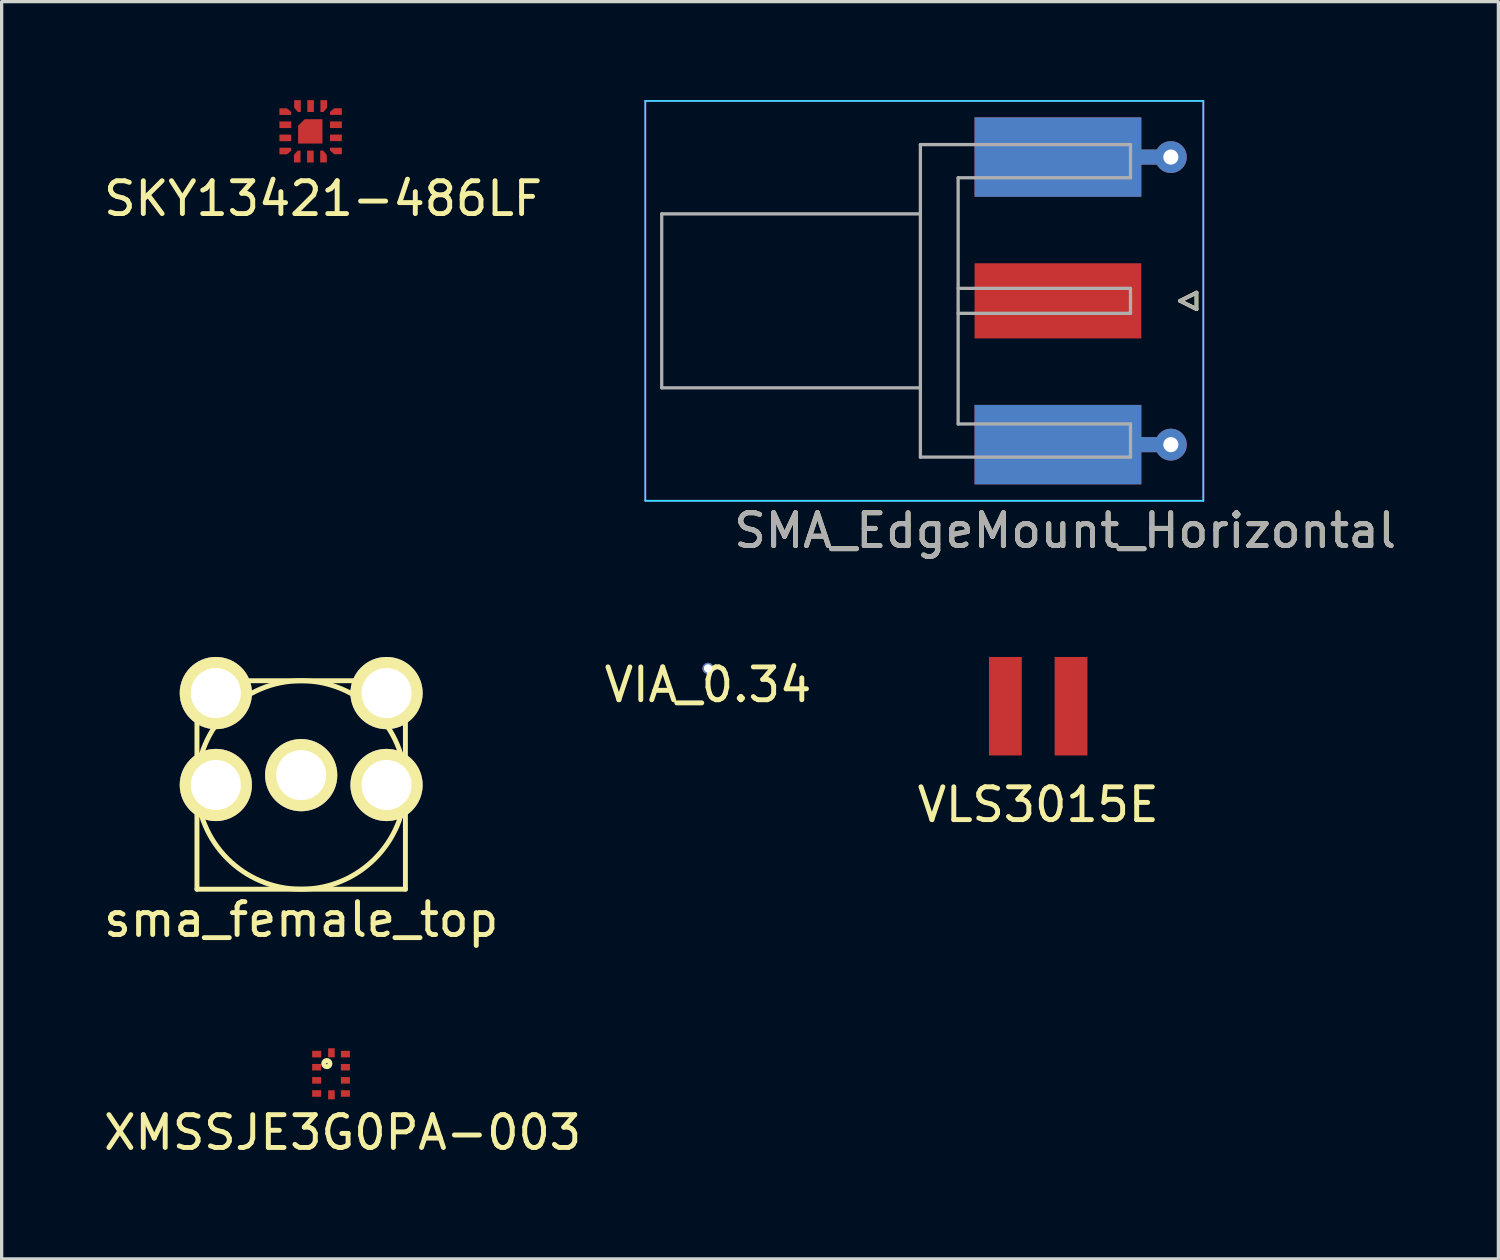
<source format=kicad_pcb>
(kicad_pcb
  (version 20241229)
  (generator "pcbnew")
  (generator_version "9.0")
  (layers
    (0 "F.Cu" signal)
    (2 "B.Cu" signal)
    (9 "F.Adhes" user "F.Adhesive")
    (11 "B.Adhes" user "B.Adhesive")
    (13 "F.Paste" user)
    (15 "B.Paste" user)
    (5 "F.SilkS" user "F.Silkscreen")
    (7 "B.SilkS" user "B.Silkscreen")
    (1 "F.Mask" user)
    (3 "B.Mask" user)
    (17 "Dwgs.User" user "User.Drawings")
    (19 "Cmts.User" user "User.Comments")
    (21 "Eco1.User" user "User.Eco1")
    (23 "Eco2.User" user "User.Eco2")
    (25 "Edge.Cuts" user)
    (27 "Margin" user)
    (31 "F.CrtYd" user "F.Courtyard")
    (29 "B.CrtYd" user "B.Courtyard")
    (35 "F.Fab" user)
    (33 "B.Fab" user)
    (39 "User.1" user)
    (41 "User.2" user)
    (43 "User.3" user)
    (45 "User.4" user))
  (footprint "SMA_EdgeMount_Horizontal"
    (layer "F.Cu")
    (at 30.898 6.115)
    (property "Reference" "SMA_EdgeMount_Horizontal" (at -1.5 7 0) (layer "F.SilkS") (effects (font (size 1 1) (thickness 0.15))))
    (attr smd)
    (fp_line (start 2 0) (end 2.5 -0.25) (stroke (width 0.12) (type solid)) (layer "F.SilkS"))
    (fp_line (start 2.5 -0.25) (end 2.5 0.25) (stroke (width 0.12) (type solid)) (layer "F.SilkS"))
    (fp_line (start 2.5 0.25) (end 2 0) (stroke (width 0.12) (type solid)) (layer "F.SilkS"))
    (fp_line (start -14.29 -6.09) (end -14.29 6.09) (stroke (width 0.05) (type solid)) (layer "B.CrtYd"))
    (fp_line (start -14.29 -6.09) (end 2.71 -6.09) (stroke (width 0.05) (type solid)) (layer "B.CrtYd"))
    (fp_line (start -14.29 6.09) (end 2.71 6.09) (stroke (width 0.05) (type solid)) (layer "B.CrtYd"))
    (fp_line (start 2.71 -6.09) (end 2.71 6.09) (stroke (width 0.05) (type solid)) (layer "B.CrtYd"))
    (fp_line (start -14.29 -6.09) (end -14.29 6.09) (stroke (width 0.05) (type solid)) (layer "F.CrtYd"))
    (fp_line (start -14.29 6.09) (end 2.71 6.09) (stroke (width 0.05) (type solid)) (layer "F.CrtYd"))
    (fp_line (start 2.71 -6.09) (end -14.29 -6.09) (stroke (width 0.05) (type solid)) (layer "F.CrtYd"))
    (fp_line (start 2.71 -6.09) (end 2.71 6.09) (stroke (width 0.05) (type solid)) (layer "F.CrtYd"))
    (fp_line (start -13.79 -2.65) (end -13.79 2.65) (stroke (width 0.1) (type solid)) (layer "F.Fab"))
    (fp_line (start -13.79 -2.65) (end -5.91 -2.65) (stroke (width 0.1) (type solid)) (layer "F.Fab"))
    (fp_line (start -13.79 2.65) (end -5.91 2.65) (stroke (width 0.1) (type solid)) (layer "F.Fab"))
    (fp_line (start -5.91 -4.76) (end -5.91 4.76) (stroke (width 0.1) (type solid)) (layer "F.Fab"))
    (fp_line (start -5.91 4.76) (end 0.49 4.76) (stroke (width 0.1) (type solid)) (layer "F.Fab"))
    (fp_line (start -4.76 -3.75) (end -4.76 3.75) (stroke (width 0.1) (type solid)) (layer "F.Fab"))
    (fp_line (start -4.76 -3.75) (end 0.49 -3.75) (stroke (width 0.1) (type solid)) (layer "F.Fab"))
    (fp_line (start -4.76 -0.38) (end 0.49 -0.38) (stroke (width 0.1) (type solid)) (layer "F.Fab"))
    (fp_line (start -4.76 0.38) (end 0.49 0.38) (stroke (width 0.1) (type solid)) (layer "F.Fab"))
    (fp_line (start -4.76 3.75) (end 0.49 3.75) (stroke (width 0.1) (type solid)) (layer "F.Fab"))
    (fp_line (start 0.49 -4.76) (end -5.91 -4.76) (stroke (width 0.1) (type solid)) (layer "F.Fab"))
    (fp_line (start 0.49 -4.76) (end 0.49 -3.75) (stroke (width 0.1) (type solid)) (layer "F.Fab"))
    (fp_line (start 0.49 -0.38) (end 0.49 0.38) (stroke (width 0.1) (type solid)) (layer "F.Fab"))
    (fp_line (start 0.49 3.75) (end 0.49 4.76) (stroke (width 0.1) (type solid)) (layer "F.Fab"))
    (fp_line (start 2 0) (end 2.5 0.25) (stroke (width 0.1) (type solid)) (layer "F.Fab"))
    (fp_line (start 2.5 -0.25) (end 2 0) (stroke (width 0.1) (type solid)) (layer "F.Fab"))
    (fp_line (start 2.5 0.25) (end 2.5 -0.25) (stroke (width 0.1) (type solid)) (layer "F.Fab"))
    (fp_text user "${REFERENCE}" (at -1.5 7 0) (layer "F.Fab") (effects (font (size 1 1) (thickness 0.15))))
    (pad "1" smd rect (at -1.72 0) (size 5.08 2.29) (layers "F.Cu" "F.Mask" "F.Paste"))
    (pad "2" smd rect (at -1.72 -4.38) (size 5.08 2.42) (layers "F.Cu" "F.Mask" "F.Paste"))
    (pad "2" smd rect (at -1.72 -4.38) (size 5.08 2.42) (layers "B.Cu" "B.Mask" "B.Paste"))
    (pad "2" smd rect (at -1.72 4.38) (size 5.08 2.42) (layers "F.Cu" "F.Mask" "F.Paste"))
    (pad "2" smd rect (at -1.72 4.38) (size 5.08 2.42) (layers "B.Cu" "B.Mask" "B.Paste"))
    (pad "2" smd rect (at 1.27 -4.38) (size 0.95 0.46) (layers "F.Cu"))
    (pad "2" smd rect (at 1.27 -4.38) (size 0.95 0.46) (layers "B.Cu"))
    (pad "2" smd rect (at 1.27 4.38) (size 0.95 0.46) (layers "F.Cu"))
    (pad "2" smd rect (at 1.27 4.38) (size 0.95 0.46) (layers "B.Cu"))
    (pad "2" thru_hole circle (at 1.72 -4.38) (size 0.97 0.97) (drill 0.46) (layers "*.Cu"))
    (pad "2" thru_hole circle (at 1.72 4.38) (size 0.97 0.97) (drill 0.46) (layers "*.Cu")))
  (footprint "sma_female_top"
    (placed yes)
    (layer "F.Cu")
    (at 6.125 20.863)
    (property "Reference" "sma_female_top" (at 0 4.1 0) (layer "F.SilkS") (effects (font (size 1 1) (thickness 0.15))))
    (attr through_hole)
    (fp_line (start -3.175 -3.175) (end -3.175 3.175) (stroke (width 0.15) (type solid)) (layer "F.SilkS"))
    (fp_line (start -3.175 3.175) (end 3.175 3.175) (stroke (width 0.15) (type solid)) (layer "F.SilkS"))
    (fp_line (start 3.175 -3.175) (end -3.175 -3.175) (stroke (width 0.15) (type solid)) (layer "F.SilkS"))
    (fp_line (start 3.175 3.175) (end 3.175 -3.175) (stroke (width 0.15) (type solid)) (layer "F.SilkS"))
    (fp_circle (center 0 0) (end 0 -3.175) (stroke (width 0.15) (type solid)) (fill no) (layer "F.SilkS"))
    (pad "1" thru_hole circle (at 0 -0.3) (size 2.2 2.2) (drill 1.524) (layers "*.Cu" "*.Mask" "F.SilkS"))
    (pad "2" thru_hole circle (at -2.6 -2.8) (size 2.2 2.2) (drill 1.524) (layers "*.Cu" "*.Mask" "F.SilkS"))
    (pad "2" thru_hole circle (at -2.6 0) (size 2.2 2.2) (drill 1.524) (layers "*.Cu" "*.Mask" "F.SilkS"))
    (pad "2" thru_hole circle (at 2.6 -2.8) (size 2.2 2.2) (drill 1.524) (layers "*.Cu" "*.Mask" "F.SilkS"))
    (pad "2" thru_hole circle (at 2.6 0) (size 2.2 2.2) (drill 1.524) (layers "*.Cu" "*.Mask" "F.SilkS")))
  (footprint "VIA_0.34"
    (layer "F.Cu")
    (at 18.518 17.311)
    (property "Reference" "VIA_0.34" (at 0 0.5 0) (layer "F.SilkS") (effects (font (size 1 1) (thickness 0.15))))
    (attr through_hole)
    (pad "1" thru_hole circle (at 0 0) (size 0.34 0.34) (drill 0.25) (layers "*.Cu")))
  (footprint "VLS3015E"
    (layer "F.Cu")
    (at 28.577 18.463)
    (property "Reference" "VLS3015E" (at 0 3 0) (layer "F.SilkS") (effects (font (size 1 1) (thickness 0.15))))
    (attr through_hole)
    (pad "1" smd rect (at -1 0) (size 1 3) (layers "F.Cu" "F.Mask" "F.Paste"))
    (pad "2" smd rect (at 1 0) (size 1 3) (layers "F.Cu" "F.Mask" "F.Paste")))
  (footprint "SKY13421-486LF"
    (layer "F.Cu")
    (at 5.822 0.451)
    (property "Reference" "SKY13421-486LF" (at 0.97 2.55 0) (layer "F.SilkS") (effects (font (size 1 1) (thickness 0.15))))
    (attr through_hole)
    (pad "0" smd custom (at 0.46 0.47) (size 0.1 0.1) (layers "F.Cu" "F.Mask" "F.Paste") (options (anchor circle)) (primitives (gr_poly (pts (xy -0.25 -0.14) (xy -0.25 0.05) (xy -0.25 0.4) (xy 0.49 0.4) (xy 0.49 -0.34) (xy -0.05 -0.34)) (width 0.001) (fill yes))))
    (pad "1" smd custom (at -0.2 -0.1) (size 0.1 0.1) (layers "F.Cu" "F.Mask" "F.Paste") (options (anchor circle)) (primitives (gr_poly (pts (xy 0.2 0.1) (xy -0.16 0.1) (xy -0.16 -0.1) (xy 0.07 -0.1) (xy 0.2 0.01)) (width 0.001) (fill yes))))
    (pad "2" smd custom (at -0.18 0.3) (size 0.1 0.1) (layers "F.Cu" "F.Mask" "F.Paste") (options (anchor circle)) (primitives (gr_poly (pts (xy 0.18 -0.1) (xy -0.18 -0.1) (xy -0.18 0.1) (xy 0.18 0.1)) (width 0.001) (fill yes))))
    (pad "3" smd custom (at -0.18 0.71) (size 0.1 0.1) (layers "F.Cu" "F.Mask" "F.Paste") (options (anchor circle)) (primitives (gr_poly (pts (xy 0.18 -0.11) (xy -0.18 -0.11) (xy -0.18 0.09) (xy 0.18 0.09)) (width 0.001) (fill yes))))
    (pad "4" smd custom (at -0.19 1.09) (size 0.1 0.1) (layers "F.Cu" "F.Mask" "F.Paste") (options (anchor circle)) (primitives (gr_poly (pts (xy 0.19 -0.09) (xy -0.17 -0.09) (xy -0.17 0.11) (xy 0.06 0.11) (xy 0.19 0)) (width 0.001) (fill yes))))
    (pad "5" smd custom (at 0.19 1.3) (size 0.1 0.1) (layers "F.Cu" "F.Mask" "F.Paste") (options (anchor circle)) (primitives (gr_poly (pts (xy 0.093 -0.212) (xy 0.093 0.148) (xy -0.107 0.148) (xy -0.107 -0.082) (xy 0.003 -0.212)) (width 0.001) (fill yes))))
    (pad "6" smd custom (at 0.59 1.28) (size 0.1 0.1) (layers "F.Cu" "F.Mask" "F.Paste") (options (anchor circle)) (primitives (gr_poly (pts (xy -0.107 -0.192) (xy -0.107 0.168) (xy 0.093 0.168) (xy 0.093 -0.192)) (width 0.001) (fill yes))))
    (pad "7" smd custom (at 0.97 1.29) (size 0.1 0.1) (layers "F.Cu" "F.Mask" "F.Paste") (options (anchor circle)) (primitives (gr_poly (pts (xy -0.087 -0.202) (xy -0.087 0.158) (xy 0.113 0.158) (xy 0.113 -0.072) (xy 0.003 -0.202)) (width 0.001) (fill yes))))
    (pad "8" smd custom (at 1.4 1.08) (size 0.1 0.1) (layers "F.Cu" "F.Mask" "F.Paste") (options (anchor circle)) (primitives (gr_poly (pts (xy -0.219 -0.083) (xy 0.141 -0.083) (xy 0.141 0.117) (xy -0.089 0.117) (xy -0.219 0.007)) (width 0.001) (fill yes))))
    (pad "9" smd custom (at 1.37 0.69) (size 0.1 0.1) (layers "F.Cu" "F.Mask" "F.Paste") (options (anchor circle)) (primitives (gr_poly (pts (xy -0.189 0.107) (xy 0.171 0.107) (xy 0.171 -0.093) (xy -0.189 -0.093)) (width 0.001) (fill yes))))
    (pad "10" smd custom (at 1.36 0.29) (size 0.1 0.1) (layers "F.Cu" "F.Mask" "F.Paste") (options (anchor circle)) (primitives (gr_poly (pts (xy -0.179 0.107) (xy 0.181 0.107) (xy 0.181 -0.093) (xy -0.179 -0.093)) (width 0.001) (fill yes))))
    (pad "11" smd custom (at 1.35 -0.08) (size 0.1 0.1) (layers "F.Cu" "F.Mask" "F.Paste") (options (anchor circle)) (primitives (gr_poly (pts (xy -0.169 0.077) (xy 0.191 0.077) (xy 0.191 -0.123) (xy -0.039 -0.123) (xy -0.169 -0.013)) (width 0.001) (fill yes))))
    (pad "12" smd custom (at 0.99 -0.3) (size 0.1 0.1) (layers "F.Cu" "F.Mask" "F.Paste") (options (anchor circle)) (primitives (gr_poly (pts (xy -0.1 0.21) (xy -0.1 -0.15) (xy 0.1 -0.15) (xy 0.1 0.08) (xy -0.01 0.21)) (width 0.001) (fill yes))))
    (pad "13" smd custom (at 0.59 -0.29) (size 0.1 0.1) (layers "F.Cu" "F.Mask" "F.Paste") (options (anchor circle)) (primitives (gr_poly (pts (xy 0.1 0.2) (xy 0.1 -0.16) (xy -0.1 -0.16) (xy -0.1 0.2)) (width 0.001) (fill yes))))
    (pad "14" smd custom (at 0.19 -0.31) (size 0.1 0.1) (layers "F.Cu" "F.Mask" "F.Paste") (options (anchor circle)) (primitives (gr_poly (pts (xy 0.1 0.22) (xy 0.1 -0.14) (xy -0.1 -0.14) (xy -0.1 0.09) (xy 0.01 0.22)) (width 0.001) (fill yes)))))
  (footprint "XMSSJE3G0PA-003"
    (layer "F.Cu")
    (at 6.597 29.061)
    (property "Reference" "XMSSJE3G0PA-003" (at 0.79 2.39 0) (layer "F.SilkS") (effects (font (size 1 1) (thickness 0.15))))
    (attr through_hole)
    (fp_circle (center 0.31 0.29) (end 0.31 0.27) (stroke (width 0.15) (type solid)) (fill no) (layer "F.SilkS"))
    (pad "1" smd rect (at 0 0) (size 0.275 0.2) (layers "F.Cu" "F.Mask" "F.Paste"))
    (pad "2" smd rect (at 0 0.4) (size 0.275 0.2) (layers "F.Cu" "F.Mask" "F.Paste"))
    (pad "3" smd rect (at 0 0.8) (size 0.275 0.2) (layers "F.Cu" "F.Mask" "F.Paste"))
    (pad "4" smd rect (at 0 1.2) (size 0.275 0.2) (layers "F.Cu" "F.Mask" "F.Paste"))
    (pad "5" smd rect (at 0.45 1.24) (size 0.2 0.275) (layers "F.Cu" "F.Mask" "F.Paste"))
    (pad "6" smd rect (at 0.875 1.2) (size 0.275 0.2) (layers "F.Cu" "F.Mask" "F.Paste"))
    (pad "7" smd rect (at 0.875 0.8) (size 0.275 0.2) (layers "F.Cu" "F.Mask" "F.Paste"))
    (pad "8" smd rect (at 0.875 0.4) (size 0.275 0.2) (layers "F.Cu" "F.Mask" "F.Paste"))
    (pad "9" smd rect (at 0.875 0) (size 0.275 0.2) (layers "F.Cu" "F.Mask" "F.Paste"))
    (pad "10" smd rect (at 0.45 -0.04) (size 0.2 0.275) (layers "F.Cu" "F.Mask" "F.Paste")))
  (gr_rect
    (start -3 -3)
    (end 42.595 35.3)
    (stroke (width 0.1) (type default))
    (fill no)
    (layer "Edge.Cuts")))
</source>
